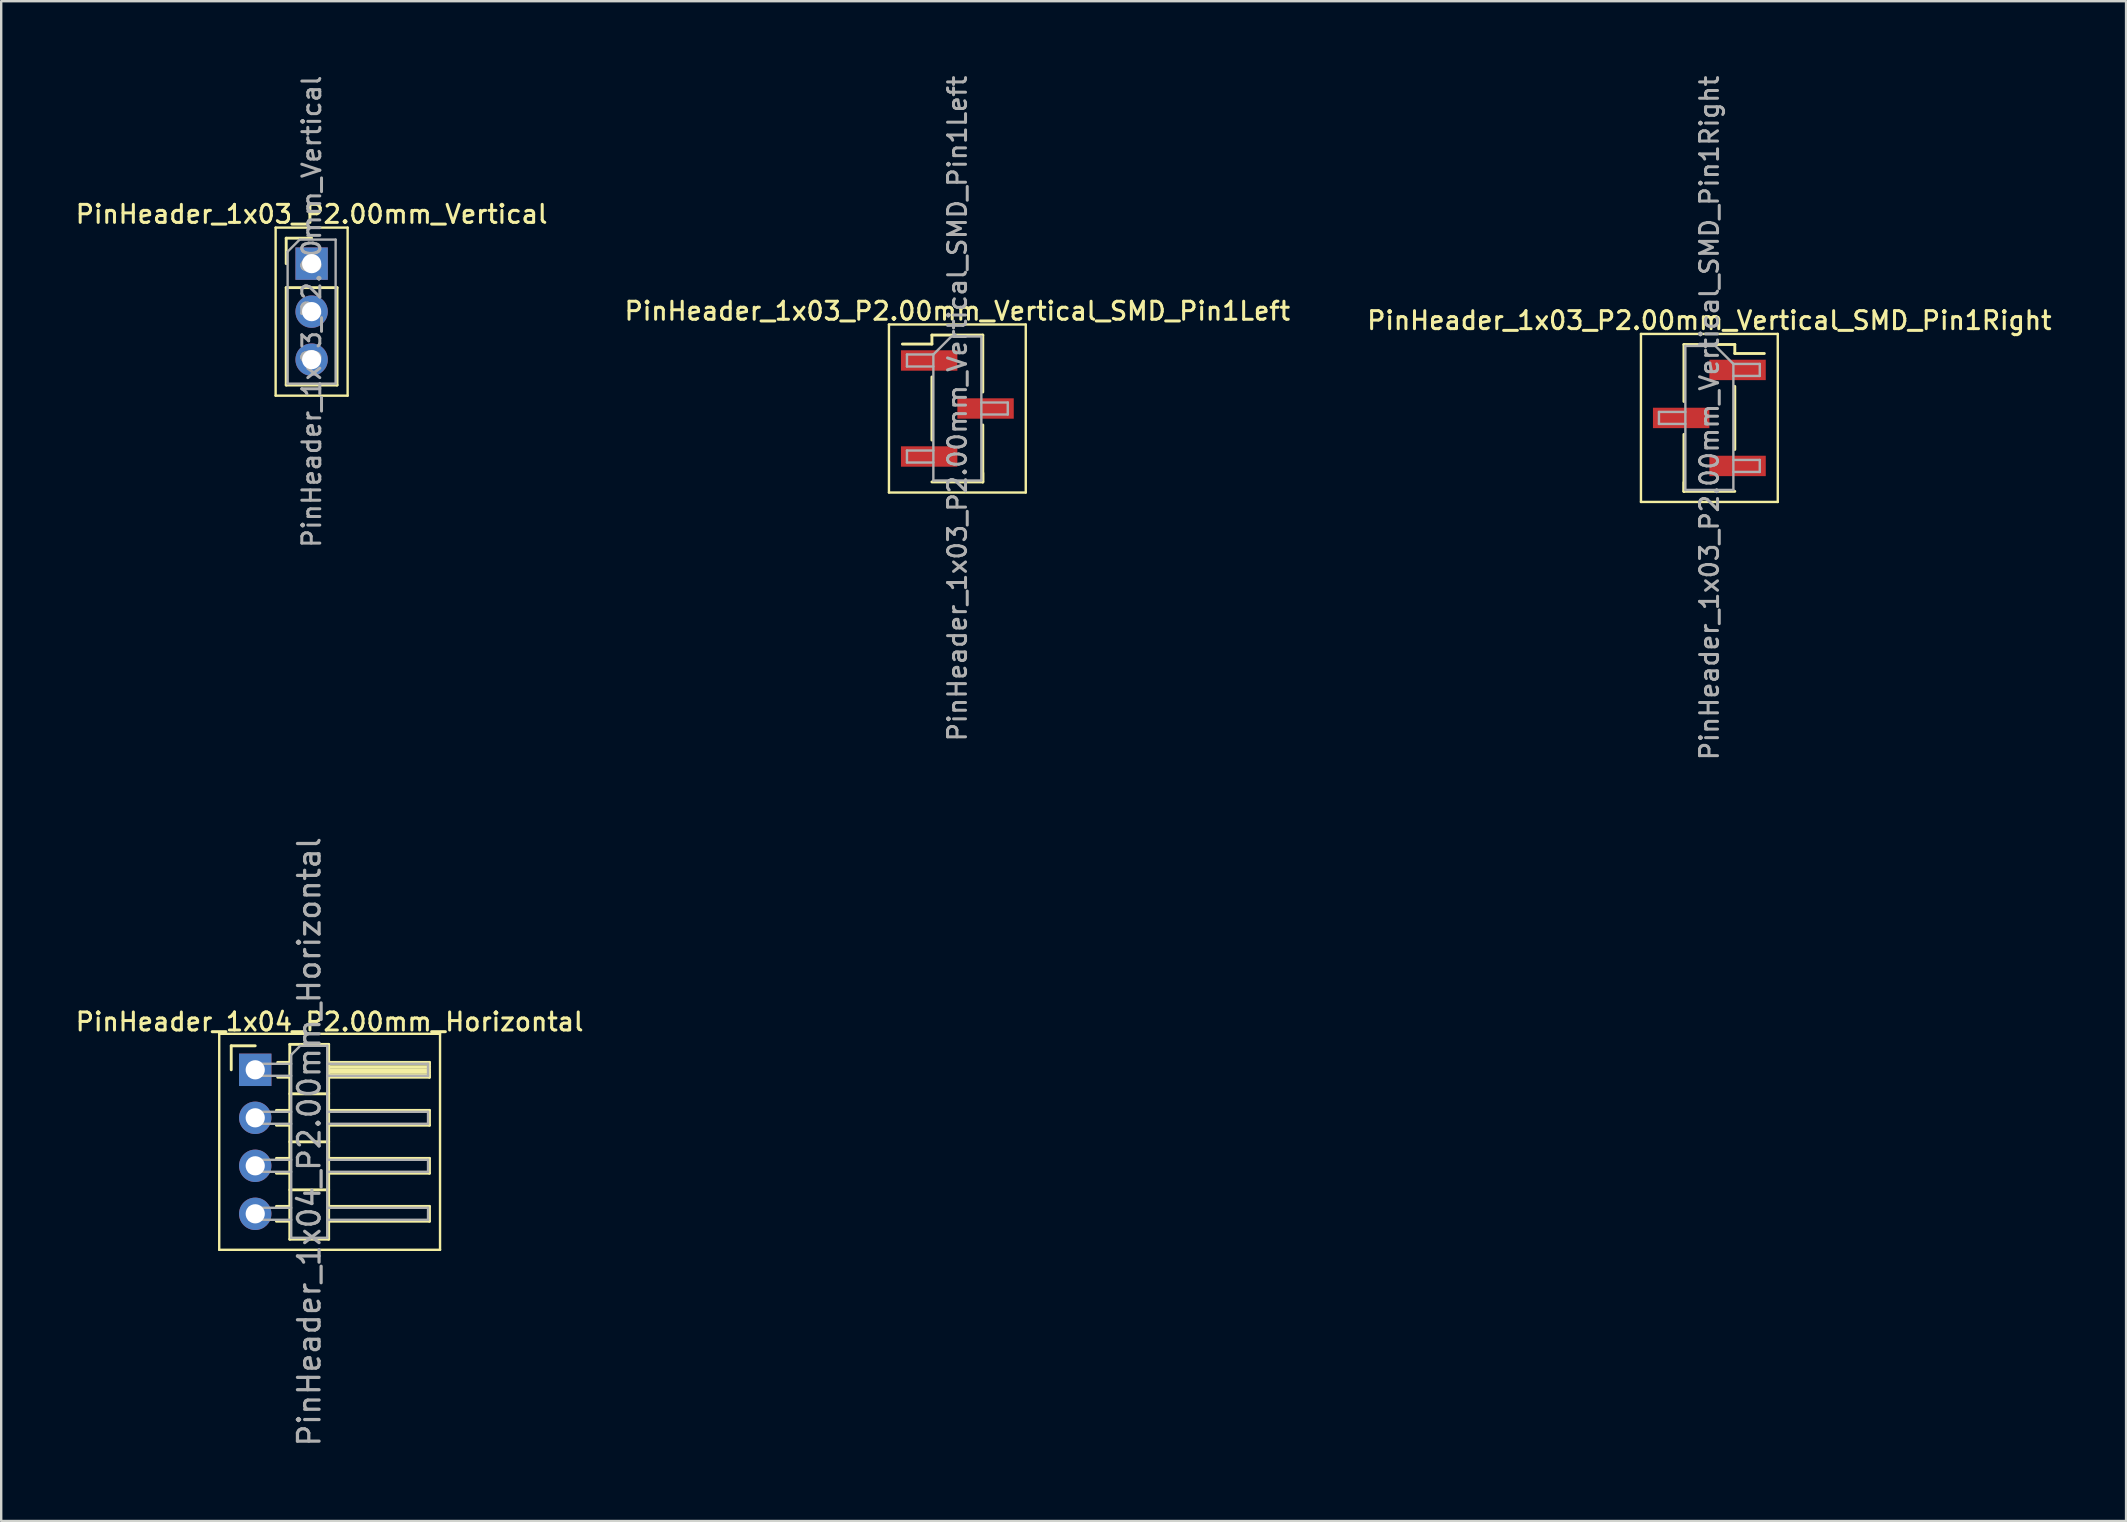
<source format=kicad_pcb>
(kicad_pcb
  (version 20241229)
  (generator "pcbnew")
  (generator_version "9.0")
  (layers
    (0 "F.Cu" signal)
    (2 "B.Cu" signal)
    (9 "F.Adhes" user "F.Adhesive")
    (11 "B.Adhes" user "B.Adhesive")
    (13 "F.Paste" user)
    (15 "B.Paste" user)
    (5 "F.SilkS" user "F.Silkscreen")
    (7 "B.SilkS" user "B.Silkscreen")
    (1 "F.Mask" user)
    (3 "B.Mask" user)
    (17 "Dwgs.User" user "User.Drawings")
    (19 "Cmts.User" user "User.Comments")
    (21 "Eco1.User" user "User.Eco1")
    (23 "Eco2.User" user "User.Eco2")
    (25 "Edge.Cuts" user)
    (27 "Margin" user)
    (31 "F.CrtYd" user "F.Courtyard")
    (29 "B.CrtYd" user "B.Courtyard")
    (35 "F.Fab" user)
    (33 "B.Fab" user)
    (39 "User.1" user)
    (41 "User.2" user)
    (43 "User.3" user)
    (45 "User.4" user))
  (footprint "PinHeader_1x03_P2.00mm_Vertical_SMD_Pin1Left"
    (layer "F.Cu")
    (at 36.838 13.97)
    (property "Reference" "PinHeader_1x03_P2.00mm_Vertical_SMD_Pin1Left" (at 0 -4.06 0) (layer "F.SilkS") (effects (font (size 0.75 0.75) (thickness 0.125))))
    (attr smd)
    (fp_line (start -2.85 -3.5) (end -2.85 3.5) (stroke (width 0.1) (type solid)) (layer "F.SilkS"))
    (fp_line (start -2.85 3.5) (end 2.85 3.5) (stroke (width 0.1) (type solid)) (layer "F.SilkS"))
    (fp_line (start -1.06 -3.06) (end -1.06 -2.685) (stroke (width 0.12) (type solid)) (layer "F.SilkS"))
    (fp_line (start -1.06 -3.06) (end 1.06 -3.06) (stroke (width 0.12) (type solid)) (layer "F.SilkS"))
    (fp_line (start -1.06 -2.685) (end -2.29 -2.685) (stroke (width 0.12) (type solid)) (layer "F.SilkS"))
    (fp_line (start -1.06 -1.315) (end -1.06 1.315) (stroke (width 0.12) (type solid)) (layer "F.SilkS"))
    (fp_line (start -1.06 3.06) (end 1.06 3.06) (stroke (width 0.12) (type solid)) (layer "F.SilkS"))
    (fp_line (start 1.06 -3.06) (end 1.06 -0.685) (stroke (width 0.12) (type solid)) (layer "F.SilkS"))
    (fp_line (start 1.06 0.685) (end 1.06 3.06) (stroke (width 0.12) (type solid)) (layer "F.SilkS"))
    (fp_line (start 1.06 2.685) (end 1.06 3.06) (stroke (width 0.12) (type solid)) (layer "F.SilkS"))
    (fp_line (start 2.85 -3.5) (end -2.85 -3.5) (stroke (width 0.1) (type solid)) (layer "F.SilkS"))
    (fp_line (start 2.85 3.5) (end 2.85 -3.5) (stroke (width 0.1) (type solid)) (layer "F.SilkS"))
    (fp_line (start -2.1 -2.25) (end -2.1 -1.75) (stroke (width 0.1) (type solid)) (layer "F.Fab"))
    (fp_line (start -2.1 -1.75) (end -1 -1.75) (stroke (width 0.1) (type solid)) (layer "F.Fab"))
    (fp_line (start -2.1 1.75) (end -2.1 2.25) (stroke (width 0.1) (type solid)) (layer "F.Fab"))
    (fp_line (start -2.1 2.25) (end -1 2.25) (stroke (width 0.1) (type solid)) (layer "F.Fab"))
    (fp_line (start -1 -2.25) (end -2.1 -2.25) (stroke (width 0.1) (type solid)) (layer "F.Fab"))
    (fp_line (start -1 -2.25) (end -0.25 -3) (stroke (width 0.1) (type solid)) (layer "F.Fab"))
    (fp_line (start -1 1.75) (end -2.1 1.75) (stroke (width 0.1) (type solid)) (layer "F.Fab"))
    (fp_line (start -1 3) (end -1 -2.25) (stroke (width 0.1) (type solid)) (layer "F.Fab"))
    (fp_line (start -0.25 -3) (end 1 -3) (stroke (width 0.1) (type solid)) (layer "F.Fab"))
    (fp_line (start 1 -3) (end 1 3) (stroke (width 0.1) (type solid)) (layer "F.Fab"))
    (fp_line (start 1 -0.25) (end 2.1 -0.25) (stroke (width 0.1) (type solid)) (layer "F.Fab"))
    (fp_line (start 1 3) (end -1 3) (stroke (width 0.1) (type solid)) (layer "F.Fab"))
    (fp_line (start 2.1 -0.25) (end 2.1 0.25) (stroke (width 0.1) (type solid)) (layer "F.Fab"))
    (fp_line (start 2.1 0.25) (end 1 0.25) (stroke (width 0.1) (type solid)) (layer "F.Fab"))
    (fp_text user "${REFERENCE}" (at 0 0 90) (layer "F.Fab") (effects (font (size 0.75 0.75) (thickness 0.125))))
    (pad "1" smd rect (at -1.175 -2) (size 2.35 0.85) (layers "F.Cu" "F.Mask" "F.Paste"))
    (pad "2" smd rect (at 1.175 0) (size 2.35 0.85) (layers "F.Cu" "F.Mask" "F.Paste"))
    (pad "3" smd rect (at -1.175 2) (size 2.35 0.85) (layers "F.Cu" "F.Mask" "F.Paste")))
  (footprint "PinHeader_1x03_P2.00mm_Vertical"
    (layer "F.Cu")
    (at 9.934 7.934)
    (property "Reference" "PinHeader_1x03_P2.00mm_Vertical" (at 0 -2.06 0) (layer "F.SilkS") (effects (font (size 0.75 0.75) (thickness 0.125))))
    (attr through_hole)
    (fp_line (start -1.5 -1.5) (end -1.5 5.5) (stroke (width 0.1) (type solid)) (layer "F.SilkS"))
    (fp_line (start -1.5 5.5) (end 1.5 5.5) (stroke (width 0.1) (type solid)) (layer "F.SilkS"))
    (fp_line (start -1.06 -1.06) (end 0 -1.06) (stroke (width 0.12) (type solid)) (layer "F.SilkS"))
    (fp_line (start -1.06 0) (end -1.06 -1.06) (stroke (width 0.12) (type solid)) (layer "F.SilkS"))
    (fp_line (start -1.06 1) (end -1.06 5.06) (stroke (width 0.12) (type solid)) (layer "F.SilkS"))
    (fp_line (start -1.06 1) (end 1.06 1) (stroke (width 0.12) (type solid)) (layer "F.SilkS"))
    (fp_line (start -1.06 5.06) (end 1.06 5.06) (stroke (width 0.12) (type solid)) (layer "F.SilkS"))
    (fp_line (start 1.06 1) (end 1.06 5.06) (stroke (width 0.12) (type solid)) (layer "F.SilkS"))
    (fp_line (start 1.5 -1.5) (end -1.5 -1.5) (stroke (width 0.1) (type solid)) (layer "F.SilkS"))
    (fp_line (start 1.5 5.5) (end 1.5 -1.5) (stroke (width 0.1) (type solid)) (layer "F.SilkS"))
    (fp_line (start -1 -0.5) (end -0.5 -1) (stroke (width 0.1) (type solid)) (layer "F.Fab"))
    (fp_line (start -1 5) (end -1 -0.5) (stroke (width 0.1) (type solid)) (layer "F.Fab"))
    (fp_line (start -0.5 -1) (end 1 -1) (stroke (width 0.1) (type solid)) (layer "F.Fab"))
    (fp_line (start 1 -1) (end 1 5) (stroke (width 0.1) (type solid)) (layer "F.Fab"))
    (fp_line (start 1 5) (end -1 5) (stroke (width 0.1) (type solid)) (layer "F.Fab"))
    (fp_text user "${REFERENCE}" (at 0 2 90) (layer "F.Fab") (effects (font (size 0.75 0.75) (thickness 0.125))))
    (pad "1" thru_hole rect (at 0 0) (size 1.35 1.35) (drill 0.8) (layers "*.Cu" "*.Mask"))
    (pad "2" thru_hole oval (at 0 2) (size 1.35 1.35) (drill 0.8) (layers "*.Cu" "*.Mask"))
    (pad "3" thru_hole oval (at 0 4) (size 1.35 1.35) (drill 0.8) (layers "*.Cu" "*.Mask")))
  (footprint "PinHeader_1x03_P2.00mm_Vertical_SMD_Pin1Right"
    (layer "F.Cu")
    (at 68.17 14.363)
    (property "Reference" "PinHeader_1x03_P2.00mm_Vertical_SMD_Pin1Right" (at 0 -4.06 0) (layer "F.SilkS") (effects (font (size 0.75 0.75) (thickness 0.125))))
    (attr smd)
    (fp_line (start -2.85 -3.5) (end -2.85 3.5) (stroke (width 0.1) (type solid)) (layer "F.SilkS"))
    (fp_line (start -2.85 3.5) (end 2.85 3.5) (stroke (width 0.1) (type solid)) (layer "F.SilkS"))
    (fp_line (start -1.06 -3.06) (end -1.06 -0.685) (stroke (width 0.12) (type solid)) (layer "F.SilkS"))
    (fp_line (start -1.06 -3.06) (end 1.06 -3.06) (stroke (width 0.12) (type solid)) (layer "F.SilkS"))
    (fp_line (start -1.06 0.685) (end -1.06 3.06) (stroke (width 0.12) (type solid)) (layer "F.SilkS"))
    (fp_line (start -1.06 2.685) (end -1.06 3.06) (stroke (width 0.12) (type solid)) (layer "F.SilkS"))
    (fp_line (start -1.06 3.06) (end 1.06 3.06) (stroke (width 0.12) (type solid)) (layer "F.SilkS"))
    (fp_line (start 1.06 -3.06) (end 1.06 -2.685) (stroke (width 0.12) (type solid)) (layer "F.SilkS"))
    (fp_line (start 1.06 -2.685) (end 2.29 -2.685) (stroke (width 0.12) (type solid)) (layer "F.SilkS"))
    (fp_line (start 1.06 -1.315) (end 1.06 1.315) (stroke (width 0.12) (type solid)) (layer "F.SilkS"))
    (fp_line (start 2.85 -3.5) (end -2.85 -3.5) (stroke (width 0.1) (type solid)) (layer "F.SilkS"))
    (fp_line (start 2.85 3.5) (end 2.85 -3.5) (stroke (width 0.1) (type solid)) (layer "F.SilkS"))
    (fp_line (start -2.1 -0.25) (end -2.1 0.25) (stroke (width 0.1) (type solid)) (layer "F.Fab"))
    (fp_line (start -2.1 0.25) (end -1 0.25) (stroke (width 0.1) (type solid)) (layer "F.Fab"))
    (fp_line (start -1 -3) (end -1 3) (stroke (width 0.1) (type solid)) (layer "F.Fab"))
    (fp_line (start -1 -3) (end 0.25 -3) (stroke (width 0.1) (type solid)) (layer "F.Fab"))
    (fp_line (start -1 -0.25) (end -2.1 -0.25) (stroke (width 0.1) (type solid)) (layer "F.Fab"))
    (fp_line (start 1 -2.25) (end 0.25 -3) (stroke (width 0.1) (type solid)) (layer "F.Fab"))
    (fp_line (start 1 -2.25) (end 2.1 -2.25) (stroke (width 0.1) (type solid)) (layer "F.Fab"))
    (fp_line (start 1 1.75) (end 2.1 1.75) (stroke (width 0.1) (type solid)) (layer "F.Fab"))
    (fp_line (start 1 3) (end -1 3) (stroke (width 0.1) (type solid)) (layer "F.Fab"))
    (fp_line (start 1 3) (end 1 -2.25) (stroke (width 0.1) (type solid)) (layer "F.Fab"))
    (fp_line (start 2.1 -2.25) (end 2.1 -1.75) (stroke (width 0.1) (type solid)) (layer "F.Fab"))
    (fp_line (start 2.1 -1.75) (end 1 -1.75) (stroke (width 0.1) (type solid)) (layer "F.Fab"))
    (fp_line (start 2.1 1.75) (end 2.1 2.25) (stroke (width 0.1) (type solid)) (layer "F.Fab"))
    (fp_line (start 2.1 2.25) (end 1 2.25) (stroke (width 0.1) (type solid)) (layer "F.Fab"))
    (fp_text user "${REFERENCE}" (at 0 0 90) (layer "F.Fab") (effects (font (size 0.75 0.75) (thickness 0.125))))
    (pad "1" smd rect (at 1.175 -2) (size 2.35 0.85) (layers "F.Cu" "F.Mask" "F.Paste"))
    (pad "2" smd rect (at -1.175 0) (size 2.35 0.85) (layers "F.Cu" "F.Mask" "F.Paste"))
    (pad "3" smd rect (at 1.175 2) (size 2.35 0.85) (layers "F.Cu" "F.Mask" "F.Paste")))
  (footprint "PinHeader_1x04_P2.00mm_Horizontal"
    (layer "F.Cu")
    (at 7.584 41.523)
    (property "Reference" "PinHeader_1x04_P2.00mm_Horizontal" (at 3.1 -2 0) (layer "F.SilkS") (effects (font (size 0.75 0.75) (thickness 0.125))))
    (attr through_hole)
    (fp_line (start -1.5 -1.5) (end -1.5 7.5) (stroke (width 0.1) (type solid)) (layer "F.SilkS"))
    (fp_line (start -1.5 7.5) (end 7.7 7.5) (stroke (width 0.1) (type solid)) (layer "F.SilkS"))
    (fp_line (start -1 -1) (end 0 -1) (stroke (width 0.12) (type solid)) (layer "F.SilkS"))
    (fp_line (start -1 0) (end -1 -1) (stroke (width 0.12) (type solid)) (layer "F.SilkS"))
    (fp_line (start 0.882 1.69) (end 1.44 1.69) (stroke (width 0.12) (type solid)) (layer "F.SilkS"))
    (fp_line (start 0.882 2.31) (end 1.44 2.31) (stroke (width 0.12) (type solid)) (layer "F.SilkS"))
    (fp_line (start 0.882 3.69) (end 1.44 3.69) (stroke (width 0.12) (type solid)) (layer "F.SilkS"))
    (fp_line (start 0.882 4.31) (end 1.44 4.31) (stroke (width 0.12) (type solid)) (layer "F.SilkS"))
    (fp_line (start 0.882 5.69) (end 1.44 5.69) (stroke (width 0.12) (type solid)) (layer "F.SilkS"))
    (fp_line (start 0.882 6.31) (end 1.44 6.31) (stroke (width 0.12) (type solid)) (layer "F.SilkS"))
    (fp_line (start 0.935 -0.31) (end 1.44 -0.31) (stroke (width 0.12) (type solid)) (layer "F.SilkS"))
    (fp_line (start 0.935 0.31) (end 1.44 0.31) (stroke (width 0.12) (type solid)) (layer "F.SilkS"))
    (fp_line (start 1.44 -1.06) (end 1.44 7.06) (stroke (width 0.12) (type solid)) (layer "F.SilkS"))
    (fp_line (start 1.44 1) (end 3.06 1) (stroke (width 0.12) (type solid)) (layer "F.SilkS"))
    (fp_line (start 1.44 3) (end 3.06 3) (stroke (width 0.12) (type solid)) (layer "F.SilkS"))
    (fp_line (start 1.44 5) (end 3.06 5) (stroke (width 0.12) (type solid)) (layer "F.SilkS"))
    (fp_line (start 1.44 7.06) (end 3.06 7.06) (stroke (width 0.12) (type solid)) (layer "F.SilkS"))
    (fp_line (start 3.06 -1.06) (end 1.44 -1.06) (stroke (width 0.12) (type solid)) (layer "F.SilkS"))
    (fp_line (start 3.06 -0.31) (end 7.26 -0.31) (stroke (width 0.12) (type solid)) (layer "F.SilkS"))
    (fp_line (start 3.06 -0.25) (end 7.26 -0.25) (stroke (width 0.12) (type solid)) (layer "F.SilkS"))
    (fp_line (start 3.06 -0.13) (end 7.26 -0.13) (stroke (width 0.12) (type solid)) (layer "F.SilkS"))
    (fp_line (start 3.06 -0.01) (end 7.26 -0.01) (stroke (width 0.12) (type solid)) (layer "F.SilkS"))
    (fp_line (start 3.06 0.11) (end 7.26 0.11) (stroke (width 0.12) (type solid)) (layer "F.SilkS"))
    (fp_line (start 3.06 0.23) (end 7.26 0.23) (stroke (width 0.12) (type solid)) (layer "F.SilkS"))
    (fp_line (start 3.06 1.69) (end 7.26 1.69) (stroke (width 0.12) (type solid)) (layer "F.SilkS"))
    (fp_line (start 3.06 3.69) (end 7.26 3.69) (stroke (width 0.12) (type solid)) (layer "F.SilkS"))
    (fp_line (start 3.06 5.69) (end 7.26 5.69) (stroke (width 0.12) (type solid)) (layer "F.SilkS"))
    (fp_line (start 3.06 7.06) (end 3.06 -1.06) (stroke (width 0.12) (type solid)) (layer "F.SilkS"))
    (fp_line (start 7.26 -0.31) (end 7.26 0.31) (stroke (width 0.12) (type solid)) (layer "F.SilkS"))
    (fp_line (start 7.26 0.31) (end 3.06 0.31) (stroke (width 0.12) (type solid)) (layer "F.SilkS"))
    (fp_line (start 7.26 1.69) (end 7.26 2.31) (stroke (width 0.12) (type solid)) (layer "F.SilkS"))
    (fp_line (start 7.26 2.31) (end 3.06 2.31) (stroke (width 0.12) (type solid)) (layer "F.SilkS"))
    (fp_line (start 7.26 3.69) (end 7.26 4.31) (stroke (width 0.12) (type solid)) (layer "F.SilkS"))
    (fp_line (start 7.26 4.31) (end 3.06 4.31) (stroke (width 0.12) (type solid)) (layer "F.SilkS"))
    (fp_line (start 7.26 5.69) (end 7.26 6.31) (stroke (width 0.12) (type solid)) (layer "F.SilkS"))
    (fp_line (start 7.26 6.31) (end 3.06 6.31) (stroke (width 0.12) (type solid)) (layer "F.SilkS"))
    (fp_line (start 7.7 -1.5) (end -1.5 -1.5) (stroke (width 0.1) (type solid)) (layer "F.SilkS"))
    (fp_line (start 7.7 7.5) (end 7.7 -1.5) (stroke (width 0.1) (type solid)) (layer "F.SilkS"))
    (fp_line (start -0.25 -0.25) (end -0.25 0.25) (stroke (width 0.1) (type solid)) (layer "F.Fab"))
    (fp_line (start -0.25 -0.25) (end 1.5 -0.25) (stroke (width 0.1) (type solid)) (layer "F.Fab"))
    (fp_line (start -0.25 0.25) (end 1.5 0.25) (stroke (width 0.1) (type solid)) (layer "F.Fab"))
    (fp_line (start -0.25 1.75) (end -0.25 2.25) (stroke (width 0.1) (type solid)) (layer "F.Fab"))
    (fp_line (start -0.25 1.75) (end 1.5 1.75) (stroke (width 0.1) (type solid)) (layer "F.Fab"))
    (fp_line (start -0.25 2.25) (end 1.5 2.25) (stroke (width 0.1) (type solid)) (layer "F.Fab"))
    (fp_line (start -0.25 3.75) (end -0.25 4.25) (stroke (width 0.1) (type solid)) (layer "F.Fab"))
    (fp_line (start -0.25 3.75) (end 1.5 3.75) (stroke (width 0.1) (type solid)) (layer "F.Fab"))
    (fp_line (start -0.25 4.25) (end 1.5 4.25) (stroke (width 0.1) (type solid)) (layer "F.Fab"))
    (fp_line (start -0.25 5.75) (end -0.25 6.25) (stroke (width 0.1) (type solid)) (layer "F.Fab"))
    (fp_line (start -0.25 5.75) (end 1.5 5.75) (stroke (width 0.1) (type solid)) (layer "F.Fab"))
    (fp_line (start -0.25 6.25) (end 1.5 6.25) (stroke (width 0.1) (type solid)) (layer "F.Fab"))
    (fp_line (start 1.5 -0.625) (end 1.875 -1) (stroke (width 0.1) (type solid)) (layer "F.Fab"))
    (fp_line (start 1.5 7) (end 1.5 -0.625) (stroke (width 0.1) (type solid)) (layer "F.Fab"))
    (fp_line (start 1.875 -1) (end 3 -1) (stroke (width 0.1) (type solid)) (layer "F.Fab"))
    (fp_line (start 3 -1) (end 3 7) (stroke (width 0.1) (type solid)) (layer "F.Fab"))
    (fp_line (start 3 -0.25) (end 7.2 -0.25) (stroke (width 0.1) (type solid)) (layer "F.Fab"))
    (fp_line (start 3 0.25) (end 7.2 0.25) (stroke (width 0.1) (type solid)) (layer "F.Fab"))
    (fp_line (start 3 1.75) (end 7.2 1.75) (stroke (width 0.1) (type solid)) (layer "F.Fab"))
    (fp_line (start 3 2.25) (end 7.2 2.25) (stroke (width 0.1) (type solid)) (layer "F.Fab"))
    (fp_line (start 3 3.75) (end 7.2 3.75) (stroke (width 0.1) (type solid)) (layer "F.Fab"))
    (fp_line (start 3 4.25) (end 7.2 4.25) (stroke (width 0.1) (type solid)) (layer "F.Fab"))
    (fp_line (start 3 5.75) (end 7.2 5.75) (stroke (width 0.1) (type solid)) (layer "F.Fab"))
    (fp_line (start 3 6.25) (end 7.2 6.25) (stroke (width 0.1) (type solid)) (layer "F.Fab"))
    (fp_line (start 3 7) (end 1.5 7) (stroke (width 0.1) (type solid)) (layer "F.Fab"))
    (fp_line (start 7.2 -0.25) (end 7.2 0.25) (stroke (width 0.1) (type solid)) (layer "F.Fab"))
    (fp_line (start 7.2 1.75) (end 7.2 2.25) (stroke (width 0.1) (type solid)) (layer "F.Fab"))
    (fp_line (start 7.2 3.75) (end 7.2 4.25) (stroke (width 0.1) (type solid)) (layer "F.Fab"))
    (fp_line (start 7.2 5.75) (end 7.2 6.25) (stroke (width 0.1) (type solid)) (layer "F.Fab"))
    (fp_text user "${REFERENCE}" (at 2.25 3 90) (layer "F.Fab") (effects (font (size 0.9 0.9) (thickness 0.135))))
    (pad "1" thru_hole rect (at 0 0) (size 1.35 1.35) (drill 0.8) (layers "*.Cu" "*.Mask"))
    (pad "2" thru_hole oval (at 0 2) (size 1.35 1.35) (drill 0.8) (layers "*.Cu" "*.Mask"))
    (pad "3" thru_hole oval (at 0 4) (size 1.35 1.35) (drill 0.8) (layers "*.Cu" "*.Mask"))
    (pad "4" thru_hole oval (at 0 6) (size 1.35 1.35) (drill 0.8) (layers "*.Cu" "*.Mask")))
  (gr_rect
    (start -3 -3)
    (end 85.532 60.321)
    (stroke (width 0.1) (type default))
    (fill no)
    (layer "Edge.Cuts")))
</source>
